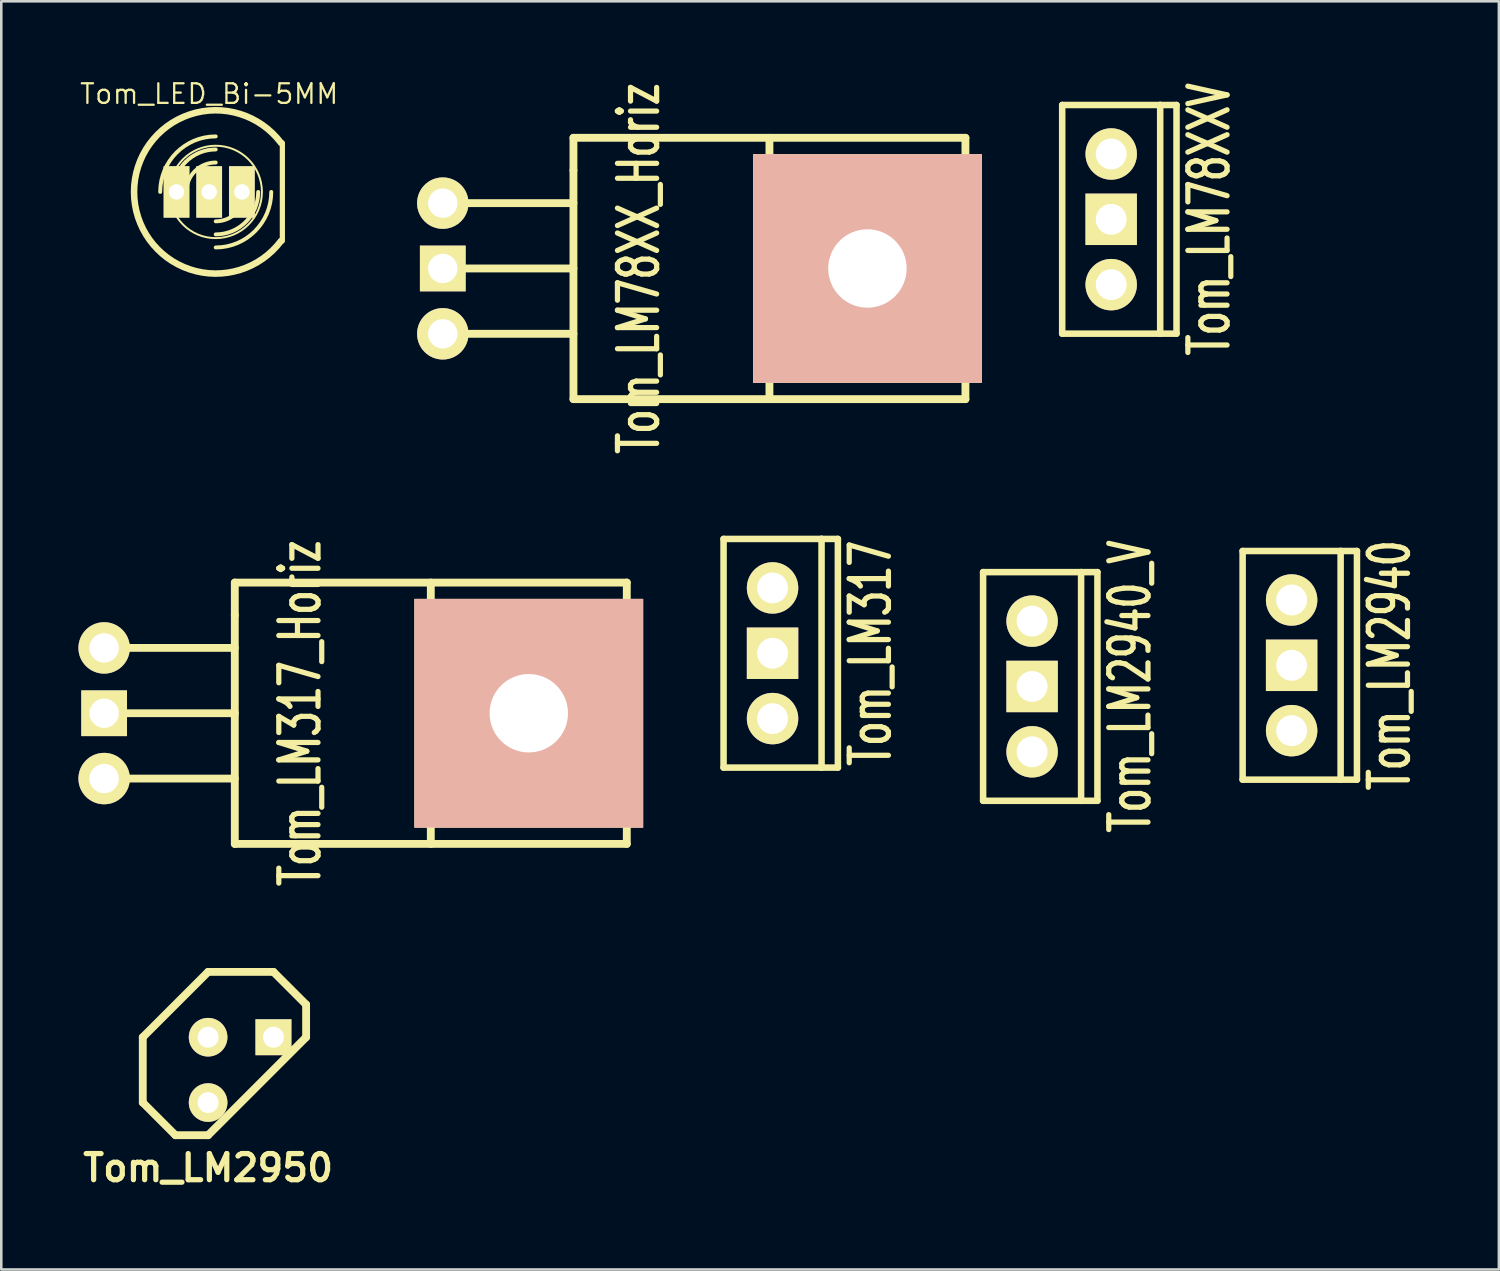
<source format=kicad_pcb>
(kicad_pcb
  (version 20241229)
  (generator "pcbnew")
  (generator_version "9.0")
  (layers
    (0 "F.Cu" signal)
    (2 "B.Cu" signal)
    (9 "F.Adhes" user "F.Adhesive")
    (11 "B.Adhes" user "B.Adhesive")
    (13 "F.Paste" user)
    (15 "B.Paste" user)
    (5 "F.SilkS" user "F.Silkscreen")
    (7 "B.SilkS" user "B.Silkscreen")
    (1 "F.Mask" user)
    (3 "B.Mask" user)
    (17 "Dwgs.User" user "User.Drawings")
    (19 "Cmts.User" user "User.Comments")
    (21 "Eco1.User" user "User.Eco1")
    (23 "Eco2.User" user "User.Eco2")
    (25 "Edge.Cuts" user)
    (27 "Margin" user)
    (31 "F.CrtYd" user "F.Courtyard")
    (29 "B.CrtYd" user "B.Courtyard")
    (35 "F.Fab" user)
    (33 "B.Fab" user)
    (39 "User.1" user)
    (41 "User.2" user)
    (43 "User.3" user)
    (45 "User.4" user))
  (footprint "Tom_LM317"
    (layer "F.Cu")
    (at 26.986 22.348)
    (property "Reference" "Tom_LM317" (at 3.81 0 90) (layer "F.SilkS") (effects (font (size 1.524 1.016) (thickness 0.203))))
    (attr through_hole)
    (fp_line (start -1.905 -4.445) (end 1.905 -4.445) (stroke (width 0.254) (type solid)) (layer "F.SilkS"))
    (fp_line (start -1.905 4.445) (end -1.905 -4.445) (stroke (width 0.254) (type solid)) (layer "F.SilkS"))
    (fp_line (start 1.905 -4.445) (end 1.905 4.445) (stroke (width 0.254) (type solid)) (layer "F.SilkS"))
    (fp_line (start 1.905 -4.445) (end 2.54 -4.445) (stroke (width 0.254) (type solid)) (layer "F.SilkS"))
    (fp_line (start 1.905 4.445) (end -1.905 4.445) (stroke (width 0.254) (type solid)) (layer "F.SilkS"))
    (fp_line (start 2.54 -4.445) (end 2.54 4.445) (stroke (width 0.254) (type solid)) (layer "F.SilkS"))
    (fp_line (start 2.54 4.445) (end 1.905 4.445) (stroke (width 0.254) (type solid)) (layer "F.SilkS"))
    (pad "1" thru_hole circle (at 0 -2.54) (size 1.999 1.999) (drill 1.199) (layers "*.Cu" "*.Mask" "F.SilkS"))
    (pad "2" thru_hole rect (at 0 0) (size 1.999 1.999) (drill 1.199) (layers "*.Cu" "*.Mask" "F.SilkS"))
    (pad "3" thru_hole circle (at 0 2.54) (size 1.999 1.999) (drill 1.199) (layers "*.Cu" "*.Mask" "F.SilkS")))
  (footprint "Tom_LM2940_V"
    (layer "F.Cu")
    (at 37.077 23.639)
    (property "Reference" "Tom_LM2940_V" (at 3.81 0 90) (layer "F.SilkS") (effects (font (size 1.524 1.016) (thickness 0.203))))
    (attr through_hole)
    (fp_line (start -1.905 -4.445) (end 1.905 -4.445) (stroke (width 0.254) (type solid)) (layer "F.SilkS"))
    (fp_line (start -1.905 4.445) (end -1.905 -4.445) (stroke (width 0.254) (type solid)) (layer "F.SilkS"))
    (fp_line (start 1.905 -4.445) (end 1.905 4.445) (stroke (width 0.254) (type solid)) (layer "F.SilkS"))
    (fp_line (start 1.905 -4.445) (end 2.54 -4.445) (stroke (width 0.254) (type solid)) (layer "F.SilkS"))
    (fp_line (start 1.905 4.445) (end -1.905 4.445) (stroke (width 0.254) (type solid)) (layer "F.SilkS"))
    (fp_line (start 2.54 -4.445) (end 2.54 4.445) (stroke (width 0.254) (type solid)) (layer "F.SilkS"))
    (fp_line (start 2.54 4.445) (end 1.905 4.445) (stroke (width 0.254) (type solid)) (layer "F.SilkS"))
    (pad "GND" thru_hole rect (at 0 0) (size 1.999 1.999) (drill 1.199) (layers "*.Cu" "*.Mask" "F.SilkS"))
    (pad "VI" thru_hole circle (at 0 -2.54) (size 1.999 1.999) (drill 1.199) (layers "*.Cu" "*.Mask" "F.SilkS"))
    (pad "VO" thru_hole circle (at 0 2.54) (size 1.999 1.999) (drill 1.199) (layers "*.Cu" "*.Mask" "F.SilkS")))
  (footprint "Tom_LM78XX_Horiz"
    (layer "F.Cu")
    (at 14.165 7.388)
    (property "Reference" "Tom_LM78XX_Horiz" (at 7.62 0 90) (layer "F.SilkS") (effects (font (size 1.524 1.016) (thickness 0.203))))
    (attr through_hole)
    (fp_line (start 0 -2.54) (end 5.08 -2.54) (stroke (width 0.305) (type solid)) (layer "F.SilkS"))
    (fp_line (start 0 0) (end 5.08 0) (stroke (width 0.305) (type solid)) (layer "F.SilkS"))
    (fp_line (start 0 2.54) (end 5.08 2.54) (stroke (width 0.305) (type solid)) (layer "F.SilkS"))
    (fp_line (start 5.08 -5.08) (end 20.32 -5.08) (stroke (width 0.305) (type solid)) (layer "F.SilkS"))
    (fp_line (start 5.08 -3.81) (end 5.08 -5.08) (stroke (width 0.305) (type solid)) (layer "F.SilkS"))
    (fp_line (start 5.08 -3.81) (end 5.08 5.08) (stroke (width 0.305) (type solid)) (layer "F.SilkS"))
    (fp_line (start 5.08 5.08) (end 20.32 5.08) (stroke (width 0.305) (type solid)) (layer "F.SilkS"))
    (fp_line (start 12.7 3.81) (end 12.7 -5.08) (stroke (width 0.305) (type solid)) (layer "F.SilkS"))
    (fp_line (start 12.7 3.81) (end 12.7 5.08) (stroke (width 0.305) (type solid)) (layer "F.SilkS"))
    (fp_line (start 20.32 5.08) (end 20.32 -5.08) (stroke (width 0.305) (type solid)) (layer "F.SilkS"))
    (pad "4" thru_hole rect (at 16.51 0) (size 8.89 8.89) (drill 3.048) (layers "*.SilkS" "*.Mask" "F.Cu"))
    (pad "GND" thru_hole rect (at 0 0) (size 1.778 1.778) (drill 1.143) (layers "*.Cu" "*.Mask" "F.SilkS"))
    (pad "VI" thru_hole circle (at 0 -2.54) (size 1.999 1.999) (drill 1.143) (layers "*.Cu" "*.Mask" "F.SilkS"))
    (pad "VO" thru_hole circle (at 0 2.54) (size 1.999 1.999) (drill 1.143) (layers "*.Cu" "*.Mask" "F.SilkS")))
  (footprint "Tom_LM317_Horiz"
    (layer "F.Cu")
    (at 0.999 24.68)
    (property "Reference" "Tom_LM317_Horiz" (at 7.62 0 90) (layer "F.SilkS") (effects (font (size 1.524 1.016) (thickness 0.203))))
    (attr through_hole)
    (fp_line (start 0 -2.54) (end 5.08 -2.54) (stroke (width 0.305) (type solid)) (layer "F.SilkS"))
    (fp_line (start 0 0) (end 5.08 0) (stroke (width 0.305) (type solid)) (layer "F.SilkS"))
    (fp_line (start 0 2.54) (end 5.08 2.54) (stroke (width 0.305) (type solid)) (layer "F.SilkS"))
    (fp_line (start 5.08 -5.08) (end 20.32 -5.08) (stroke (width 0.305) (type solid)) (layer "F.SilkS"))
    (fp_line (start 5.08 -3.81) (end 5.08 -5.08) (stroke (width 0.305) (type solid)) (layer "F.SilkS"))
    (fp_line (start 5.08 -3.81) (end 5.08 5.08) (stroke (width 0.305) (type solid)) (layer "F.SilkS"))
    (fp_line (start 5.08 5.08) (end 20.32 5.08) (stroke (width 0.305) (type solid)) (layer "F.SilkS"))
    (fp_line (start 12.7 3.81) (end 12.7 -5.08) (stroke (width 0.305) (type solid)) (layer "F.SilkS"))
    (fp_line (start 12.7 3.81) (end 12.7 5.08) (stroke (width 0.305) (type solid)) (layer "F.SilkS"))
    (fp_line (start 20.32 5.08) (end 20.32 -5.08) (stroke (width 0.305) (type solid)) (layer "F.SilkS"))
    (pad "1" thru_hole circle (at 0 -2.54) (size 1.999 1.999) (drill 1.143) (layers "*.Cu" "*.Mask" "F.SilkS"))
    (pad "2" thru_hole rect (at 0 0) (size 1.778 1.778) (drill 1.143) (layers "*.Cu" "*.Mask" "F.SilkS"))
    (pad "3" thru_hole circle (at 0 2.54) (size 1.999 1.999) (drill 1.143) (layers "*.Cu" "*.Mask" "F.SilkS"))
    (pad "4" thru_hole rect (at 16.51 0) (size 8.89 8.89) (drill 3.048) (layers "*.SilkS" "*.Mask" "F.Cu")))
  (footprint "Tom_LM78XXV"
    (layer "F.Cu")
    (at 40.152 5.477)
    (property "Reference" "Tom_LM78XXV" (at 3.81 0 90) (layer "F.SilkS") (effects (font (size 1.524 1.016) (thickness 0.203))))
    (attr through_hole)
    (fp_line (start -1.905 -4.445) (end 1.905 -4.445) (stroke (width 0.254) (type solid)) (layer "F.SilkS"))
    (fp_line (start -1.905 4.445) (end -1.905 -4.445) (stroke (width 0.254) (type solid)) (layer "F.SilkS"))
    (fp_line (start 1.905 -4.445) (end 1.905 4.445) (stroke (width 0.254) (type solid)) (layer "F.SilkS"))
    (fp_line (start 1.905 -4.445) (end 2.54 -4.445) (stroke (width 0.254) (type solid)) (layer "F.SilkS"))
    (fp_line (start 1.905 4.445) (end -1.905 4.445) (stroke (width 0.254) (type solid)) (layer "F.SilkS"))
    (fp_line (start 2.54 -4.445) (end 2.54 4.445) (stroke (width 0.254) (type solid)) (layer "F.SilkS"))
    (fp_line (start 2.54 4.445) (end 1.905 4.445) (stroke (width 0.254) (type solid)) (layer "F.SilkS"))
    (pad "GND" thru_hole rect (at 0 0) (size 1.999 1.999) (drill 1.199) (layers "*.Cu" "*.Mask" "F.SilkS"))
    (pad "VI" thru_hole circle (at 0 -2.54) (size 1.999 1.999) (drill 1.199) (layers "*.Cu" "*.Mask" "F.SilkS"))
    (pad "VO" thru_hole circle (at 0 2.54) (size 1.999 1.999) (drill 1.199) (layers "*.Cu" "*.Mask" "F.SilkS")))
  (footprint "Tom_LM2940"
    (layer "F.Cu")
    (at 47.167 22.817)
    (property "Reference" "Tom_LM2940" (at 3.81 0 90) (layer "F.SilkS") (effects (font (size 1.524 1.016) (thickness 0.203))))
    (attr through_hole)
    (fp_line (start -1.905 -4.445) (end 1.905 -4.445) (stroke (width 0.254) (type solid)) (layer "F.SilkS"))
    (fp_line (start -1.905 4.445) (end -1.905 -4.445) (stroke (width 0.254) (type solid)) (layer "F.SilkS"))
    (fp_line (start 1.905 -4.445) (end 1.905 4.445) (stroke (width 0.254) (type solid)) (layer "F.SilkS"))
    (fp_line (start 1.905 -4.445) (end 2.54 -4.445) (stroke (width 0.254) (type solid)) (layer "F.SilkS"))
    (fp_line (start 1.905 4.445) (end -1.905 4.445) (stroke (width 0.254) (type solid)) (layer "F.SilkS"))
    (fp_line (start 2.54 -4.445) (end 2.54 4.445) (stroke (width 0.254) (type solid)) (layer "F.SilkS"))
    (fp_line (start 2.54 4.445) (end 1.905 4.445) (stroke (width 0.254) (type solid)) (layer "F.SilkS"))
    (pad "GND" thru_hole rect (at 0 0) (size 1.999 1.999) (drill 1.199) (layers "*.Cu" "*.Mask" "F.SilkS"))
    (pad "VI" thru_hole circle (at 0 -2.54) (size 1.999 1.999) (drill 1.199) (layers "*.Cu" "*.Mask" "F.SilkS"))
    (pad "VO" thru_hole circle (at 0 2.54) (size 1.999 1.999) (drill 1.199) (layers "*.Cu" "*.Mask" "F.SilkS")))
  (footprint "Tom_LM2950"
    (layer "F.Cu")
    (at 6.311 38.546)
    (property "Reference" "Tom_LM2950" (at -1.27 3.81 0) (layer "F.SilkS") (effects (font (size 1.016 1.016) (thickness 0.203))))
    (attr through_hole)
    (fp_line (start -3.81 -1.27) (end -3.81 1.27) (stroke (width 0.305) (type solid)) (layer "F.SilkS"))
    (fp_line (start -3.81 1.27) (end -2.54 2.54) (stroke (width 0.305) (type solid)) (layer "F.SilkS"))
    (fp_line (start -2.54 2.54) (end -1.27 2.54) (stroke (width 0.305) (type solid)) (layer "F.SilkS"))
    (fp_line (start -1.27 -3.81) (end -3.81 -1.27) (stroke (width 0.305) (type solid)) (layer "F.SilkS"))
    (fp_line (start -1.27 2.54) (end 2.54 -1.27) (stroke (width 0.305) (type solid)) (layer "F.SilkS"))
    (fp_line (start 1.27 -3.81) (end -1.27 -3.81) (stroke (width 0.305) (type solid)) (layer "F.SilkS"))
    (fp_line (start 2.54 -2.54) (end 1.27 -3.81) (stroke (width 0.305) (type solid)) (layer "F.SilkS"))
    (fp_line (start 2.54 -1.27) (end 2.54 -2.54) (stroke (width 0.305) (type solid)) (layer "F.SilkS"))
    (pad "1" thru_hole circle (at -1.27 1.27) (size 1.501 1.501) (drill 0.813) (layers "*.Cu" "*.Mask" "F.SilkS"))
    (pad "2" thru_hole circle (at -1.27 -1.27) (size 1.501 1.501) (drill 0.813) (layers "*.Cu" "*.Mask" "F.SilkS"))
    (pad "3" thru_hole rect (at 1.27 -1.27) (size 1.397 1.397) (drill 0.813) (layers "*.Cu" "*.Mask" "F.SilkS")))
  (footprint "Tom_LED_Bi-5MM"
    (layer "F.Cu")
    (at 5.083 4.412)
    (property "Reference" "Tom_LED_Bi-5MM" (at 0 -3.81 0) (layer "F.SilkS") (effects (font (size 0.762 0.762) (thickness 0.089))))
    (attr exclude_from_pos_files exclude_from_bom)
    (fp_line (start 2.845 1.905) (end 2.845 -1.905) (stroke (width 0.203) (type solid)) (layer "F.SilkS"))
    (fp_arc (start -1.905 0) (mid -1.272644 -1.526644) (end 0.254 -2.159) (stroke (width 0.1524) (type solid)) (layer "F.SilkS"))
    (fp_arc (start -1.397 0) (mid -0.913433 -1.167433) (end 0.254 -1.651) (stroke (width 0.1524) (type solid)) (layer "F.SilkS"))
    (fp_arc (start -0.889 0) (mid -0.554223 -0.808223) (end 0.254 -1.143) (stroke (width 0.1524) (type solid)) (layer "F.SilkS"))
    (fp_arc (start 1.397 0) (mid 1.062223 0.808223) (end 0.254 1.143) (stroke (width 0.1524) (type solid)) (layer "F.SilkS"))
    (fp_arc (start 1.905 0) (mid 1.421433 1.167433) (end 0.254 1.651) (stroke (width 0.1524) (type solid)) (layer "F.SilkS"))
    (fp_arc (start 2.413 0) (mid 1.780644 1.526644) (end 0.254 2.159) (stroke (width 0.1524) (type solid)) (layer "F.SilkS"))
    (fp_arc (start 2.794 1.905) (mid -2.921 0.001668) (end 2.791997 -1.907668) (stroke (width 0.254) (type solid)) (layer "F.SilkS"))
    (fp_circle (center 0.254 0) (end -1.016 1.27) (stroke (width 0.076) (type solid)) (fill no) (layer "F.SilkS"))
    (pad "1" thru_hole rect (at -1.27 0) (size 1 2) (drill 0.6) (layers "*.Cu" "F.Mask" "F.SilkS" "F.Paste"))
    (pad "2" thru_hole rect (at 0 0) (size 1 2) (drill 0.6) (layers "*.Cu" "F.Mask" "F.SilkS" "F.Paste"))
    (pad "3" thru_hole rect (at 1.27 0) (size 1 2) (drill 0.6) (layers "*.Cu" "F.Mask" "F.SilkS" "F.Paste")))
  (gr_rect
    (start -3 -3)
    (end 55.225 46.307)
    (stroke (width 0.1) (type default))
    (fill no)
    (layer "Edge.Cuts")))
</source>
